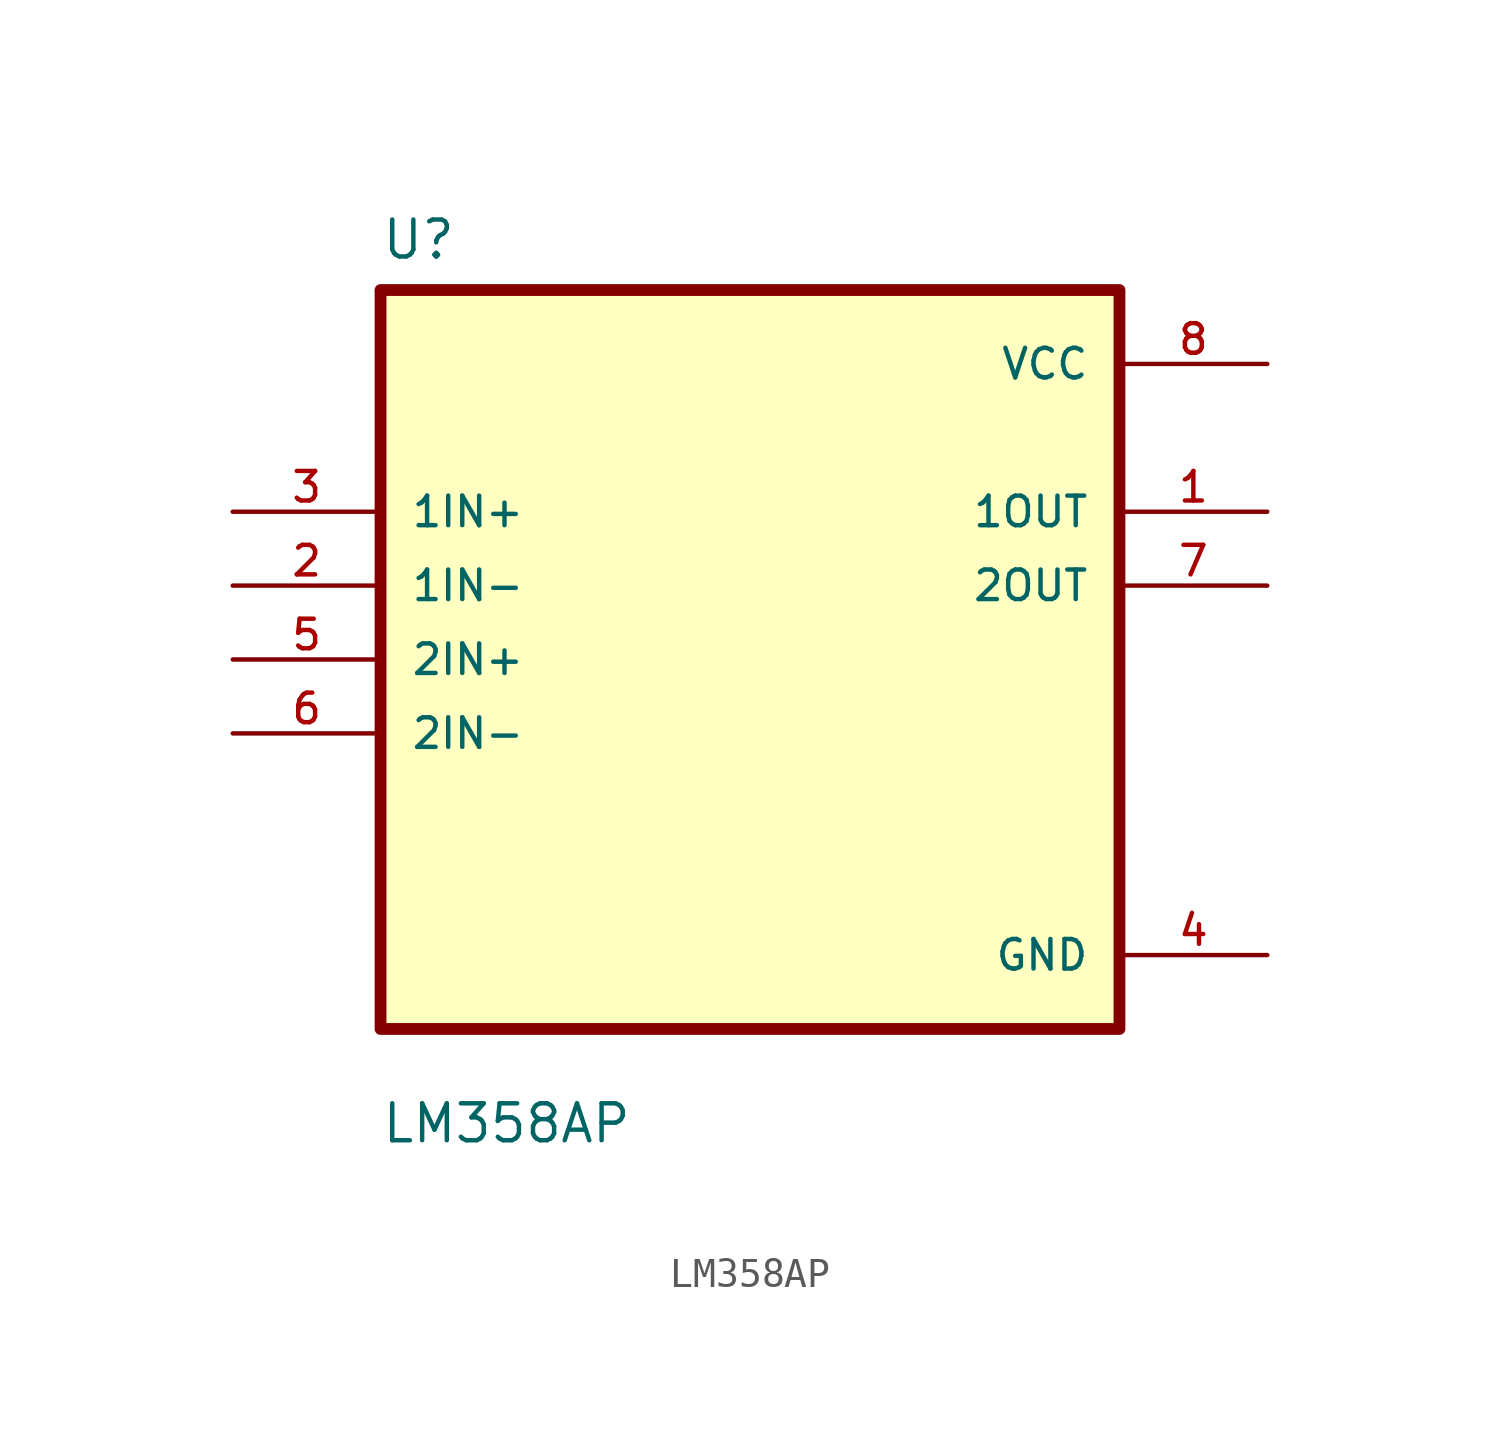
<source format=kicad_sym>
(kicad_symbol_lib
  (version 20211014)
  (generator kicad_symbol_editor)
  (symbol "LM358AP"
    (pin_names
      (offset 1.016))
    (property "Reference" "U"
      (at -12.7 13.691 0)
      (effects (font (size 1.27 1.27)) (justify left bottom)))
    (property "Value" "LM358AP"
      (at -12.7 -16.688 0)
      (effects (font (size 1.27 1.27)) (justify left bottom)))
    (property "ki_locked" ""
      (at 0 0 0)
      (effects (font (size 1.27 1.27))))
    (symbol "LM358AP_0_0"
      (rectangle (start -12.7 -12.7) (end 12.7 12.7) (stroke (width 0.406) (type default) (color 0 0 0 0)) (fill (type background)))
      (pin output line (at 17.78 5.08 180) (length 5.08) (name "1OUT" (effects (font (size 1.016 1.016)))) (number "1" (effects (font (size 1.016 1.016)))))
      (pin input line (at -17.78 2.54 0) (length 5.08) (name "1IN-" (effects (font (size 1.016 1.016)))) (number "2" (effects (font (size 1.016 1.016)))))
      (pin input line (at -17.78 5.08 0) (length 5.08) (name "1IN+" (effects (font (size 1.016 1.016)))) (number "3" (effects (font (size 1.016 1.016)))))
      (pin power_in line (at 17.78 -10.16 180) (length 5.08) (name "GND" (effects (font (size 1.016 1.016)))) (number "4" (effects (font (size 1.016 1.016)))))
      (pin input line (at -17.78 0 0) (length 5.08) (name "2IN+" (effects (font (size 1.016 1.016)))) (number "5" (effects (font (size 1.016 1.016)))))
      (pin input line (at -17.78 -2.54 0) (length 5.08) (name "2IN-" (effects (font (size 1.016 1.016)))) (number "6" (effects (font (size 1.016 1.016)))))
      (pin output line (at 17.78 2.54 180) (length 5.08) (name "2OUT" (effects (font (size 1.016 1.016)))) (number "7" (effects (font (size 1.016 1.016)))))
      (pin power_in line (at 17.78 10.16 180) (length 5.08) (name "VCC" (effects (font (size 1.016 1.016)))) (number "8" (effects (font (size 1.016 1.016))))))))
</source>
